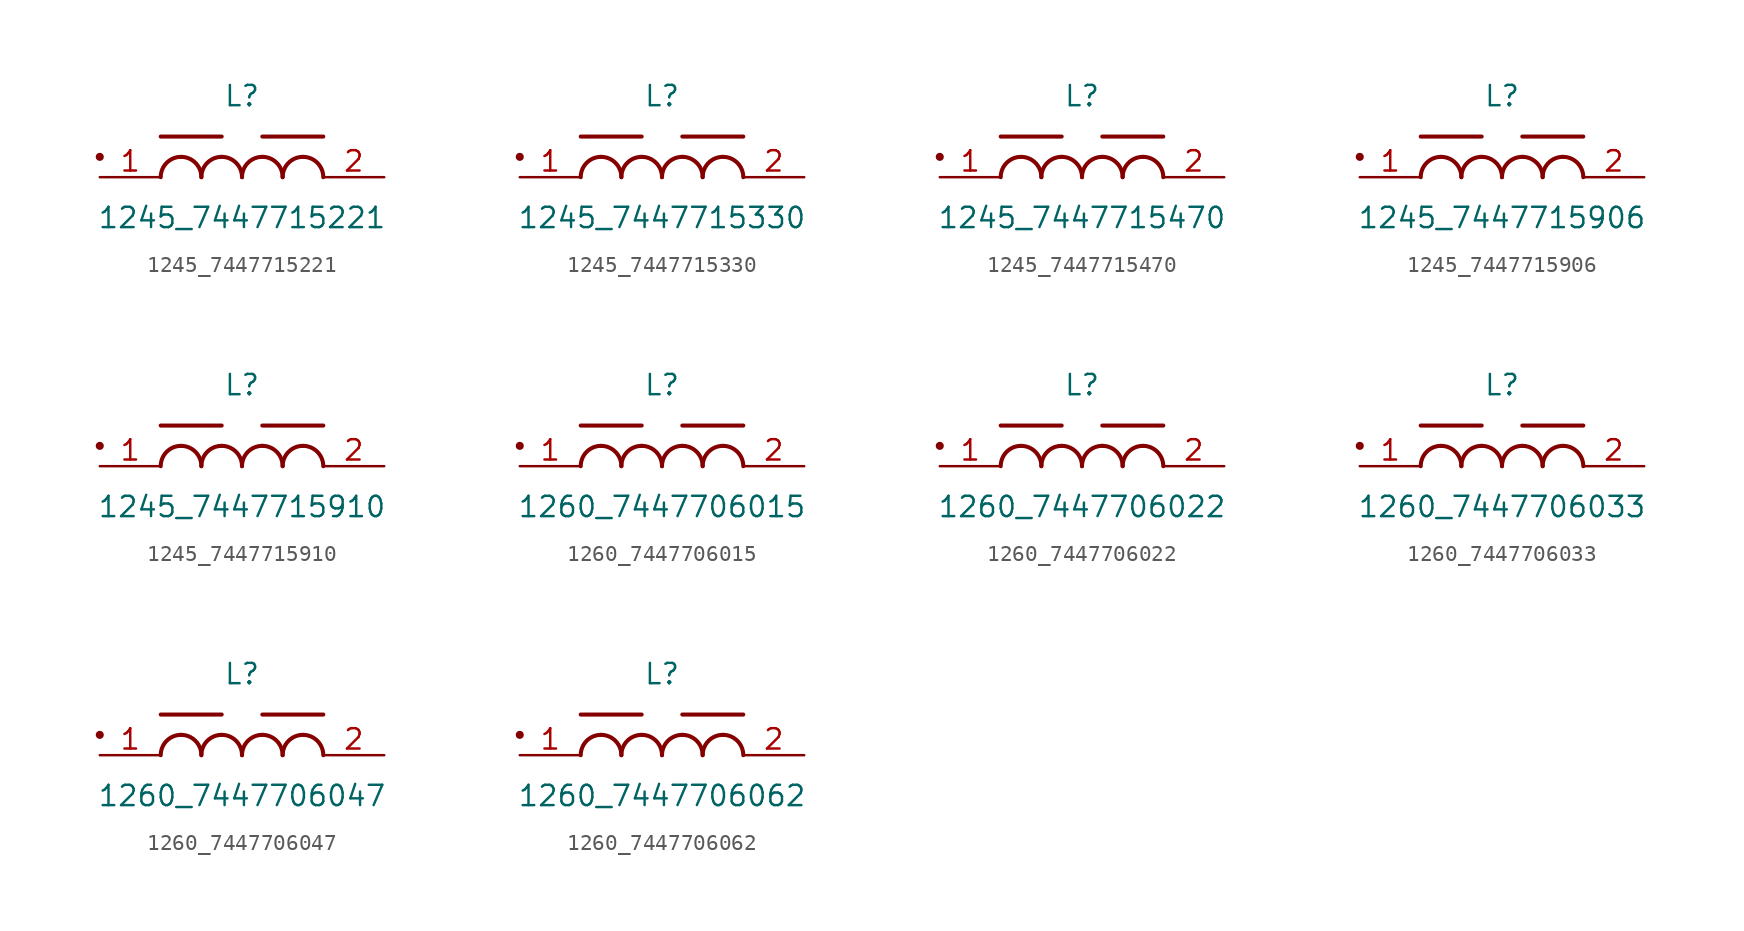
<source format=kicad_sym>
(kicad_symbol_lib
  (version 20211014)
  (generator kicad_symbol_editor)
  (symbol "Inductor_Wurth_WE-PD:1245_7447715221"
    (pin_names hide)
    (property "Reference" "L"
      (at 0 5.08 0)
      (effects (font (size 1.27 1.27))))
    (property "Value" "1245_7447715221"
      (at 0 -2.54 0)
      (effects (font (size 1.27 1.27))))
    (symbol "1245_7447715221_0_1"
      (circle (center -8.89 1.27) (radius 0.0001) (stroke (width 0.254)) (stroke (width 0.254) (type default) (color 0 0 0 0)) (fill (type none)))
      (arc (start -3.81 1.27) (mid -4.708 0.898) (end -5.08 0) (stroke (width 0.254) (type default) (color 0 0 0 0)) (fill (type none)))
      (arc (start -2.54 0) (mid -2.912 0.898) (end -3.81 1.27) (stroke (width 0.254) (type default) (color 0 0 0 0)) (fill (type none)))
      (arc (start -1.2699 1.2701) (mid -2.1679 0.8981) (end -2.5399 0.0001) (stroke (width 0.254) (type default) (color 0 0 0 0)) (fill (type none)))
      (polyline (pts (xy -5.08 2.54) (xy -1.27 2.54)) (stroke (width 0.254) (type default) (color 0 0 0 0)) (fill (type none)))
      (polyline (pts (xy 5.08 2.54) (xy 1.27 2.54)) (stroke (width 0.254) (type default) (color 0 0 0 0)) (fill (type none)))
      (arc (start 0.0001 0.0001) (mid -0.3719 0.8981) (end -1.2699 1.2701) (stroke (width 0.254) (type default) (color 0 0 0 0)) (fill (type none)))
      (arc (start 1.2701 1.2701) (mid 0.3721 0.8981) (end 0.0001 0.0001) (stroke (width 0.254) (type default) (color 0 0 0 0)) (fill (type none)))
      (arc (start 2.5401 0.0001) (mid 2.1681 0.8981) (end 1.2701 1.2701) (stroke (width 0.254) (type default) (color 0 0 0 0)) (fill (type none)))
      (arc (start 3.8101 1.2701) (mid 2.9121 0.8981) (end 2.5401 0.0001) (stroke (width 0.254) (type default) (color 0 0 0 0)) (fill (type none)))
      (arc (start 5.0801 0.0001) (mid 4.7081 0.8981) (end 3.8101 1.2701) (stroke (width 0.254) (type default) (color 0 0 0 0)) (fill (type none))))
    (symbol "1245_7447715221_1_1"
      (pin passive line (at -8.89 0 0) (length 3.81) (name "1" (effects (font (size 1.27 1.27)))) (number "1" (effects (font (size 1.27 1.27)))))
      (pin passive line (at 8.89 0 180) (length 3.81) (name "2" (effects (font (size 1.27 1.27)))) (number "2" (effects (font (size 1.27 1.27)))))))
  (symbol "Inductor_Wurth_WE-PD:1245_7447715330"
    (pin_names hide)
    (property "Reference" "L"
      (at 0 5.08 0)
      (effects (font (size 1.27 1.27))))
    (property "Value" "1245_7447715330"
      (at 0 -2.54 0)
      (effects (font (size 1.27 1.27))))
    (symbol "1245_7447715330_0_1"
      (circle (center -8.89 1.27) (radius 0.0001) (stroke (width 0.254)) (stroke (width 0.254) (type default) (color 0 0 0 0)) (fill (type none)))
      (arc (start -3.81 1.27) (mid -4.708 0.898) (end -5.08 0) (stroke (width 0.254) (type default) (color 0 0 0 0)) (fill (type none)))
      (arc (start -2.54 0) (mid -2.912 0.898) (end -3.81 1.27) (stroke (width 0.254) (type default) (color 0 0 0 0)) (fill (type none)))
      (arc (start -1.2699 1.2701) (mid -2.1679 0.8981) (end -2.5399 0.0001) (stroke (width 0.254) (type default) (color 0 0 0 0)) (fill (type none)))
      (polyline (pts (xy -5.08 2.54) (xy -1.27 2.54)) (stroke (width 0.254) (type default) (color 0 0 0 0)) (fill (type none)))
      (polyline (pts (xy 5.08 2.54) (xy 1.27 2.54)) (stroke (width 0.254) (type default) (color 0 0 0 0)) (fill (type none)))
      (arc (start 0.0001 0.0001) (mid -0.3719 0.8981) (end -1.2699 1.2701) (stroke (width 0.254) (type default) (color 0 0 0 0)) (fill (type none)))
      (arc (start 1.2701 1.2701) (mid 0.3721 0.8981) (end 0.0001 0.0001) (stroke (width 0.254) (type default) (color 0 0 0 0)) (fill (type none)))
      (arc (start 2.5401 0.0001) (mid 2.1681 0.8981) (end 1.2701 1.2701) (stroke (width 0.254) (type default) (color 0 0 0 0)) (fill (type none)))
      (arc (start 3.8101 1.2701) (mid 2.9121 0.8981) (end 2.5401 0.0001) (stroke (width 0.254) (type default) (color 0 0 0 0)) (fill (type none)))
      (arc (start 5.0801 0.0001) (mid 4.7081 0.8981) (end 3.8101 1.2701) (stroke (width 0.254) (type default) (color 0 0 0 0)) (fill (type none))))
    (symbol "1245_7447715330_1_1"
      (pin passive line (at -8.89 0 0) (length 3.81) (name "1" (effects (font (size 1.27 1.27)))) (number "1" (effects (font (size 1.27 1.27)))))
      (pin passive line (at 8.89 0 180) (length 3.81) (name "2" (effects (font (size 1.27 1.27)))) (number "2" (effects (font (size 1.27 1.27)))))))
  (symbol "Inductor_Wurth_WE-PD:1245_7447715470"
    (pin_names hide)
    (property "Reference" "L"
      (at 0 5.08 0)
      (effects (font (size 1.27 1.27))))
    (property "Value" "1245_7447715470"
      (at 0 -2.54 0)
      (effects (font (size 1.27 1.27))))
    (symbol "1245_7447715470_0_1"
      (circle (center -8.89 1.27) (radius 0.0001) (stroke (width 0.254)) (stroke (width 0.254) (type default) (color 0 0 0 0)) (fill (type none)))
      (arc (start -3.81 1.27) (mid -4.708 0.898) (end -5.08 0) (stroke (width 0.254) (type default) (color 0 0 0 0)) (fill (type none)))
      (arc (start -2.54 0) (mid -2.912 0.898) (end -3.81 1.27) (stroke (width 0.254) (type default) (color 0 0 0 0)) (fill (type none)))
      (arc (start -1.2699 1.2701) (mid -2.1679 0.8981) (end -2.5399 0.0001) (stroke (width 0.254) (type default) (color 0 0 0 0)) (fill (type none)))
      (polyline (pts (xy -5.08 2.54) (xy -1.27 2.54)) (stroke (width 0.254) (type default) (color 0 0 0 0)) (fill (type none)))
      (polyline (pts (xy 5.08 2.54) (xy 1.27 2.54)) (stroke (width 0.254) (type default) (color 0 0 0 0)) (fill (type none)))
      (arc (start 0.0001 0.0001) (mid -0.3719 0.8981) (end -1.2699 1.2701) (stroke (width 0.254) (type default) (color 0 0 0 0)) (fill (type none)))
      (arc (start 1.2701 1.2701) (mid 0.3721 0.8981) (end 0.0001 0.0001) (stroke (width 0.254) (type default) (color 0 0 0 0)) (fill (type none)))
      (arc (start 2.5401 0.0001) (mid 2.1681 0.8981) (end 1.2701 1.2701) (stroke (width 0.254) (type default) (color 0 0 0 0)) (fill (type none)))
      (arc (start 3.8101 1.2701) (mid 2.9121 0.8981) (end 2.5401 0.0001) (stroke (width 0.254) (type default) (color 0 0 0 0)) (fill (type none)))
      (arc (start 5.0801 0.0001) (mid 4.7081 0.8981) (end 3.8101 1.2701) (stroke (width 0.254) (type default) (color 0 0 0 0)) (fill (type none))))
    (symbol "1245_7447715470_1_1"
      (pin passive line (at -8.89 0 0) (length 3.81) (name "1" (effects (font (size 1.27 1.27)))) (number "1" (effects (font (size 1.27 1.27)))))
      (pin passive line (at 8.89 0 180) (length 3.81) (name "2" (effects (font (size 1.27 1.27)))) (number "2" (effects (font (size 1.27 1.27)))))))
  (symbol "Inductor_Wurth_WE-PD:1245_7447715906"
    (pin_names hide)
    (property "Reference" "L"
      (at 0 5.08 0)
      (effects (font (size 1.27 1.27))))
    (property "Value" "1245_7447715906"
      (at 0 -2.54 0)
      (effects (font (size 1.27 1.27))))
    (symbol "1245_7447715906_0_1"
      (circle (center -8.89 1.27) (radius 0.0001) (stroke (width 0.254)) (stroke (width 0.254) (type default) (color 0 0 0 0)) (fill (type none)))
      (arc (start -3.81 1.27) (mid -4.708 0.898) (end -5.08 0) (stroke (width 0.254) (type default) (color 0 0 0 0)) (fill (type none)))
      (arc (start -2.54 0) (mid -2.912 0.898) (end -3.81 1.27) (stroke (width 0.254) (type default) (color 0 0 0 0)) (fill (type none)))
      (arc (start -1.2699 1.2701) (mid -2.1679 0.8981) (end -2.5399 0.0001) (stroke (width 0.254) (type default) (color 0 0 0 0)) (fill (type none)))
      (polyline (pts (xy -5.08 2.54) (xy -1.27 2.54)) (stroke (width 0.254) (type default) (color 0 0 0 0)) (fill (type none)))
      (polyline (pts (xy 5.08 2.54) (xy 1.27 2.54)) (stroke (width 0.254) (type default) (color 0 0 0 0)) (fill (type none)))
      (arc (start 0.0001 0.0001) (mid -0.3719 0.8981) (end -1.2699 1.2701) (stroke (width 0.254) (type default) (color 0 0 0 0)) (fill (type none)))
      (arc (start 1.2701 1.2701) (mid 0.3721 0.8981) (end 0.0001 0.0001) (stroke (width 0.254) (type default) (color 0 0 0 0)) (fill (type none)))
      (arc (start 2.5401 0.0001) (mid 2.1681 0.8981) (end 1.2701 1.2701) (stroke (width 0.254) (type default) (color 0 0 0 0)) (fill (type none)))
      (arc (start 3.8101 1.2701) (mid 2.9121 0.8981) (end 2.5401 0.0001) (stroke (width 0.254) (type default) (color 0 0 0 0)) (fill (type none)))
      (arc (start 5.0801 0.0001) (mid 4.7081 0.8981) (end 3.8101 1.2701) (stroke (width 0.254) (type default) (color 0 0 0 0)) (fill (type none))))
    (symbol "1245_7447715906_1_1"
      (pin passive line (at -8.89 0 0) (length 3.81) (name "1" (effects (font (size 1.27 1.27)))) (number "1" (effects (font (size 1.27 1.27)))))
      (pin passive line (at 8.89 0 180) (length 3.81) (name "2" (effects (font (size 1.27 1.27)))) (number "2" (effects (font (size 1.27 1.27)))))))
  (symbol "Inductor_Wurth_WE-PD:1245_7447715910"
    (pin_names hide)
    (property "Reference" "L"
      (at 0 5.08 0)
      (effects (font (size 1.27 1.27))))
    (property "Value" "1245_7447715910"
      (at 0 -2.54 0)
      (effects (font (size 1.27 1.27))))
    (symbol "1245_7447715910_0_1"
      (circle (center -8.89 1.27) (radius 0.0001) (stroke (width 0.254)) (stroke (width 0.254) (type default) (color 0 0 0 0)) (fill (type none)))
      (arc (start -3.81 1.27) (mid -4.708 0.898) (end -5.08 0) (stroke (width 0.254) (type default) (color 0 0 0 0)) (fill (type none)))
      (arc (start -2.54 0) (mid -2.912 0.898) (end -3.81 1.27) (stroke (width 0.254) (type default) (color 0 0 0 0)) (fill (type none)))
      (arc (start -1.2699 1.2701) (mid -2.1679 0.8981) (end -2.5399 0.0001) (stroke (width 0.254) (type default) (color 0 0 0 0)) (fill (type none)))
      (polyline (pts (xy -5.08 2.54) (xy -1.27 2.54)) (stroke (width 0.254) (type default) (color 0 0 0 0)) (fill (type none)))
      (polyline (pts (xy 5.08 2.54) (xy 1.27 2.54)) (stroke (width 0.254) (type default) (color 0 0 0 0)) (fill (type none)))
      (arc (start 0.0001 0.0001) (mid -0.3719 0.8981) (end -1.2699 1.2701) (stroke (width 0.254) (type default) (color 0 0 0 0)) (fill (type none)))
      (arc (start 1.2701 1.2701) (mid 0.3721 0.8981) (end 0.0001 0.0001) (stroke (width 0.254) (type default) (color 0 0 0 0)) (fill (type none)))
      (arc (start 2.5401 0.0001) (mid 2.1681 0.8981) (end 1.2701 1.2701) (stroke (width 0.254) (type default) (color 0 0 0 0)) (fill (type none)))
      (arc (start 3.8101 1.2701) (mid 2.9121 0.8981) (end 2.5401 0.0001) (stroke (width 0.254) (type default) (color 0 0 0 0)) (fill (type none)))
      (arc (start 5.0801 0.0001) (mid 4.7081 0.8981) (end 3.8101 1.2701) (stroke (width 0.254) (type default) (color 0 0 0 0)) (fill (type none))))
    (symbol "1245_7447715910_1_1"
      (pin passive line (at -8.89 0 0) (length 3.81) (name "1" (effects (font (size 1.27 1.27)))) (number "1" (effects (font (size 1.27 1.27)))))
      (pin passive line (at 8.89 0 180) (length 3.81) (name "2" (effects (font (size 1.27 1.27)))) (number "2" (effects (font (size 1.27 1.27)))))))
  (symbol "Inductor_Wurth_WE-PD:1260_7447706015"
    (pin_names hide)
    (property "Reference" "L"
      (at 0 5.08 0)
      (effects (font (size 1.27 1.27))))
    (property "Value" "1260_7447706015"
      (at 0 -2.54 0)
      (effects (font (size 1.27 1.27))))
    (symbol "1260_7447706015_0_1"
      (circle (center -8.89 1.27) (radius 0.0001) (stroke (width 0.254)) (stroke (width 0.254) (type default) (color 0 0 0 0)) (fill (type none)))
      (arc (start -3.81 1.27) (mid -4.708 0.898) (end -5.08 0) (stroke (width 0.254) (type default) (color 0 0 0 0)) (fill (type none)))
      (arc (start -2.54 0) (mid -2.912 0.898) (end -3.81 1.27) (stroke (width 0.254) (type default) (color 0 0 0 0)) (fill (type none)))
      (arc (start -1.2699 1.2701) (mid -2.1679 0.8981) (end -2.5399 0.0001) (stroke (width 0.254) (type default) (color 0 0 0 0)) (fill (type none)))
      (polyline (pts (xy -5.08 2.54) (xy -1.27 2.54)) (stroke (width 0.254) (type default) (color 0 0 0 0)) (fill (type none)))
      (polyline (pts (xy 5.08 2.54) (xy 1.27 2.54)) (stroke (width 0.254) (type default) (color 0 0 0 0)) (fill (type none)))
      (arc (start 0.0001 0.0001) (mid -0.3719 0.8981) (end -1.2699 1.2701) (stroke (width 0.254) (type default) (color 0 0 0 0)) (fill (type none)))
      (arc (start 1.2701 1.2701) (mid 0.3721 0.8981) (end 0.0001 0.0001) (stroke (width 0.254) (type default) (color 0 0 0 0)) (fill (type none)))
      (arc (start 2.5401 0.0001) (mid 2.1681 0.8981) (end 1.2701 1.2701) (stroke (width 0.254) (type default) (color 0 0 0 0)) (fill (type none)))
      (arc (start 3.8101 1.2701) (mid 2.9121 0.8981) (end 2.5401 0.0001) (stroke (width 0.254) (type default) (color 0 0 0 0)) (fill (type none)))
      (arc (start 5.0801 0.0001) (mid 4.7081 0.8981) (end 3.8101 1.2701) (stroke (width 0.254) (type default) (color 0 0 0 0)) (fill (type none))))
    (symbol "1260_7447706015_1_1"
      (pin passive line (at -8.89 0 0) (length 3.81) (name "1" (effects (font (size 1.27 1.27)))) (number "1" (effects (font (size 1.27 1.27)))))
      (pin passive line (at 8.89 0 180) (length 3.81) (name "2" (effects (font (size 1.27 1.27)))) (number "2" (effects (font (size 1.27 1.27)))))))
  (symbol "Inductor_Wurth_WE-PD:1260_7447706022"
    (pin_names hide)
    (property "Reference" "L"
      (at 0 5.08 0)
      (effects (font (size 1.27 1.27))))
    (property "Value" "1260_7447706022"
      (at 0 -2.54 0)
      (effects (font (size 1.27 1.27))))
    (symbol "1260_7447706022_0_1"
      (circle (center -8.89 1.27) (radius 0.0001) (stroke (width 0.254)) (stroke (width 0.254) (type default) (color 0 0 0 0)) (fill (type none)))
      (arc (start -3.81 1.27) (mid -4.708 0.898) (end -5.08 0) (stroke (width 0.254) (type default) (color 0 0 0 0)) (fill (type none)))
      (arc (start -2.54 0) (mid -2.912 0.898) (end -3.81 1.27) (stroke (width 0.254) (type default) (color 0 0 0 0)) (fill (type none)))
      (arc (start -1.2699 1.2701) (mid -2.1679 0.8981) (end -2.5399 0.0001) (stroke (width 0.254) (type default) (color 0 0 0 0)) (fill (type none)))
      (polyline (pts (xy -5.08 2.54) (xy -1.27 2.54)) (stroke (width 0.254) (type default) (color 0 0 0 0)) (fill (type none)))
      (polyline (pts (xy 5.08 2.54) (xy 1.27 2.54)) (stroke (width 0.254) (type default) (color 0 0 0 0)) (fill (type none)))
      (arc (start 0.0001 0.0001) (mid -0.3719 0.8981) (end -1.2699 1.2701) (stroke (width 0.254) (type default) (color 0 0 0 0)) (fill (type none)))
      (arc (start 1.2701 1.2701) (mid 0.3721 0.8981) (end 0.0001 0.0001) (stroke (width 0.254) (type default) (color 0 0 0 0)) (fill (type none)))
      (arc (start 2.5401 0.0001) (mid 2.1681 0.8981) (end 1.2701 1.2701) (stroke (width 0.254) (type default) (color 0 0 0 0)) (fill (type none)))
      (arc (start 3.8101 1.2701) (mid 2.9121 0.8981) (end 2.5401 0.0001) (stroke (width 0.254) (type default) (color 0 0 0 0)) (fill (type none)))
      (arc (start 5.0801 0.0001) (mid 4.7081 0.8981) (end 3.8101 1.2701) (stroke (width 0.254) (type default) (color 0 0 0 0)) (fill (type none))))
    (symbol "1260_7447706022_1_1"
      (pin passive line (at -8.89 0 0) (length 3.81) (name "1" (effects (font (size 1.27 1.27)))) (number "1" (effects (font (size 1.27 1.27)))))
      (pin passive line (at 8.89 0 180) (length 3.81) (name "2" (effects (font (size 1.27 1.27)))) (number "2" (effects (font (size 1.27 1.27)))))))
  (symbol "Inductor_Wurth_WE-PD:1260_7447706033"
    (pin_names hide)
    (property "Reference" "L"
      (at 0 5.08 0)
      (effects (font (size 1.27 1.27))))
    (property "Value" "1260_7447706033"
      (at 0 -2.54 0)
      (effects (font (size 1.27 1.27))))
    (symbol "1260_7447706033_0_1"
      (circle (center -8.89 1.27) (radius 0.0001) (stroke (width 0.254)) (stroke (width 0.254) (type default) (color 0 0 0 0)) (fill (type none)))
      (arc (start -3.81 1.27) (mid -4.708 0.898) (end -5.08 0) (stroke (width 0.254) (type default) (color 0 0 0 0)) (fill (type none)))
      (arc (start -2.54 0) (mid -2.912 0.898) (end -3.81 1.27) (stroke (width 0.254) (type default) (color 0 0 0 0)) (fill (type none)))
      (arc (start -1.2699 1.2701) (mid -2.1679 0.8981) (end -2.5399 0.0001) (stroke (width 0.254) (type default) (color 0 0 0 0)) (fill (type none)))
      (polyline (pts (xy -5.08 2.54) (xy -1.27 2.54)) (stroke (width 0.254) (type default) (color 0 0 0 0)) (fill (type none)))
      (polyline (pts (xy 5.08 2.54) (xy 1.27 2.54)) (stroke (width 0.254) (type default) (color 0 0 0 0)) (fill (type none)))
      (arc (start 0.0001 0.0001) (mid -0.3719 0.8981) (end -1.2699 1.2701) (stroke (width 0.254) (type default) (color 0 0 0 0)) (fill (type none)))
      (arc (start 1.2701 1.2701) (mid 0.3721 0.8981) (end 0.0001 0.0001) (stroke (width 0.254) (type default) (color 0 0 0 0)) (fill (type none)))
      (arc (start 2.5401 0.0001) (mid 2.1681 0.8981) (end 1.2701 1.2701) (stroke (width 0.254) (type default) (color 0 0 0 0)) (fill (type none)))
      (arc (start 3.8101 1.2701) (mid 2.9121 0.8981) (end 2.5401 0.0001) (stroke (width 0.254) (type default) (color 0 0 0 0)) (fill (type none)))
      (arc (start 5.0801 0.0001) (mid 4.7081 0.8981) (end 3.8101 1.2701) (stroke (width 0.254) (type default) (color 0 0 0 0)) (fill (type none))))
    (symbol "1260_7447706033_1_1"
      (pin passive line (at -8.89 0 0) (length 3.81) (name "1" (effects (font (size 1.27 1.27)))) (number "1" (effects (font (size 1.27 1.27)))))
      (pin passive line (at 8.89 0 180) (length 3.81) (name "2" (effects (font (size 1.27 1.27)))) (number "2" (effects (font (size 1.27 1.27)))))))
  (symbol "Inductor_Wurth_WE-PD:1260_7447706047"
    (pin_names hide)
    (property "Reference" "L"
      (at 0 5.08 0)
      (effects (font (size 1.27 1.27))))
    (property "Value" "1260_7447706047"
      (at 0 -2.54 0)
      (effects (font (size 1.27 1.27))))
    (symbol "1260_7447706047_0_1"
      (circle (center -8.89 1.27) (radius 0.0001) (stroke (width 0.254)) (stroke (width 0.254) (type default) (color 0 0 0 0)) (fill (type none)))
      (arc (start -3.81 1.27) (mid -4.708 0.898) (end -5.08 0) (stroke (width 0.254) (type default) (color 0 0 0 0)) (fill (type none)))
      (arc (start -2.54 0) (mid -2.912 0.898) (end -3.81 1.27) (stroke (width 0.254) (type default) (color 0 0 0 0)) (fill (type none)))
      (arc (start -1.2699 1.2701) (mid -2.1679 0.8981) (end -2.5399 0.0001) (stroke (width 0.254) (type default) (color 0 0 0 0)) (fill (type none)))
      (polyline (pts (xy -5.08 2.54) (xy -1.27 2.54)) (stroke (width 0.254) (type default) (color 0 0 0 0)) (fill (type none)))
      (polyline (pts (xy 5.08 2.54) (xy 1.27 2.54)) (stroke (width 0.254) (type default) (color 0 0 0 0)) (fill (type none)))
      (arc (start 0.0001 0.0001) (mid -0.3719 0.8981) (end -1.2699 1.2701) (stroke (width 0.254) (type default) (color 0 0 0 0)) (fill (type none)))
      (arc (start 1.2701 1.2701) (mid 0.3721 0.8981) (end 0.0001 0.0001) (stroke (width 0.254) (type default) (color 0 0 0 0)) (fill (type none)))
      (arc (start 2.5401 0.0001) (mid 2.1681 0.8981) (end 1.2701 1.2701) (stroke (width 0.254) (type default) (color 0 0 0 0)) (fill (type none)))
      (arc (start 3.8101 1.2701) (mid 2.9121 0.8981) (end 2.5401 0.0001) (stroke (width 0.254) (type default) (color 0 0 0 0)) (fill (type none)))
      (arc (start 5.0801 0.0001) (mid 4.7081 0.8981) (end 3.8101 1.2701) (stroke (width 0.254) (type default) (color 0 0 0 0)) (fill (type none))))
    (symbol "1260_7447706047_1_1"
      (pin passive line (at -8.89 0 0) (length 3.81) (name "1" (effects (font (size 1.27 1.27)))) (number "1" (effects (font (size 1.27 1.27)))))
      (pin passive line (at 8.89 0 180) (length 3.81) (name "2" (effects (font (size 1.27 1.27)))) (number "2" (effects (font (size 1.27 1.27)))))))
  (symbol "Inductor_Wurth_WE-PD:1260_7447706062"
    (pin_names hide)
    (property "Reference" "L"
      (at 0 5.08 0)
      (effects (font (size 1.27 1.27))))
    (property "Value" "1260_7447706062"
      (at 0 -2.54 0)
      (effects (font (size 1.27 1.27))))
    (symbol "1260_7447706062_0_1"
      (circle (center -8.89 1.27) (radius 0.0001) (stroke (width 0.254)) (stroke (width 0.254) (type default) (color 0 0 0 0)) (fill (type none)))
      (arc (start -3.81 1.27) (mid -4.708 0.898) (end -5.08 0) (stroke (width 0.254) (type default) (color 0 0 0 0)) (fill (type none)))
      (arc (start -2.54 0) (mid -2.912 0.898) (end -3.81 1.27) (stroke (width 0.254) (type default) (color 0 0 0 0)) (fill (type none)))
      (arc (start -1.2699 1.2701) (mid -2.1679 0.8981) (end -2.5399 0.0001) (stroke (width 0.254) (type default) (color 0 0 0 0)) (fill (type none)))
      (polyline (pts (xy -5.08 2.54) (xy -1.27 2.54)) (stroke (width 0.254) (type default) (color 0 0 0 0)) (fill (type none)))
      (polyline (pts (xy 5.08 2.54) (xy 1.27 2.54)) (stroke (width 0.254) (type default) (color 0 0 0 0)) (fill (type none)))
      (arc (start 0.0001 0.0001) (mid -0.3719 0.8981) (end -1.2699 1.2701) (stroke (width 0.254) (type default) (color 0 0 0 0)) (fill (type none)))
      (arc (start 1.2701 1.2701) (mid 0.3721 0.8981) (end 0.0001 0.0001) (stroke (width 0.254) (type default) (color 0 0 0 0)) (fill (type none)))
      (arc (start 2.5401 0.0001) (mid 2.1681 0.8981) (end 1.2701 1.2701) (stroke (width 0.254) (type default) (color 0 0 0 0)) (fill (type none)))
      (arc (start 3.8101 1.2701) (mid 2.9121 0.8981) (end 2.5401 0.0001) (stroke (width 0.254) (type default) (color 0 0 0 0)) (fill (type none)))
      (arc (start 5.0801 0.0001) (mid 4.7081 0.8981) (end 3.8101 1.2701) (stroke (width 0.254) (type default) (color 0 0 0 0)) (fill (type none))))
    (symbol "1260_7447706062_1_1"
      (pin passive line (at -8.89 0 0) (length 3.81) (name "1" (effects (font (size 1.27 1.27)))) (number "1" (effects (font (size 1.27 1.27)))))
      (pin passive line (at 8.89 0 180) (length 3.81) (name "2" (effects (font (size 1.27 1.27)))) (number "2" (effects (font (size 1.27 1.27))))))))
</source>
